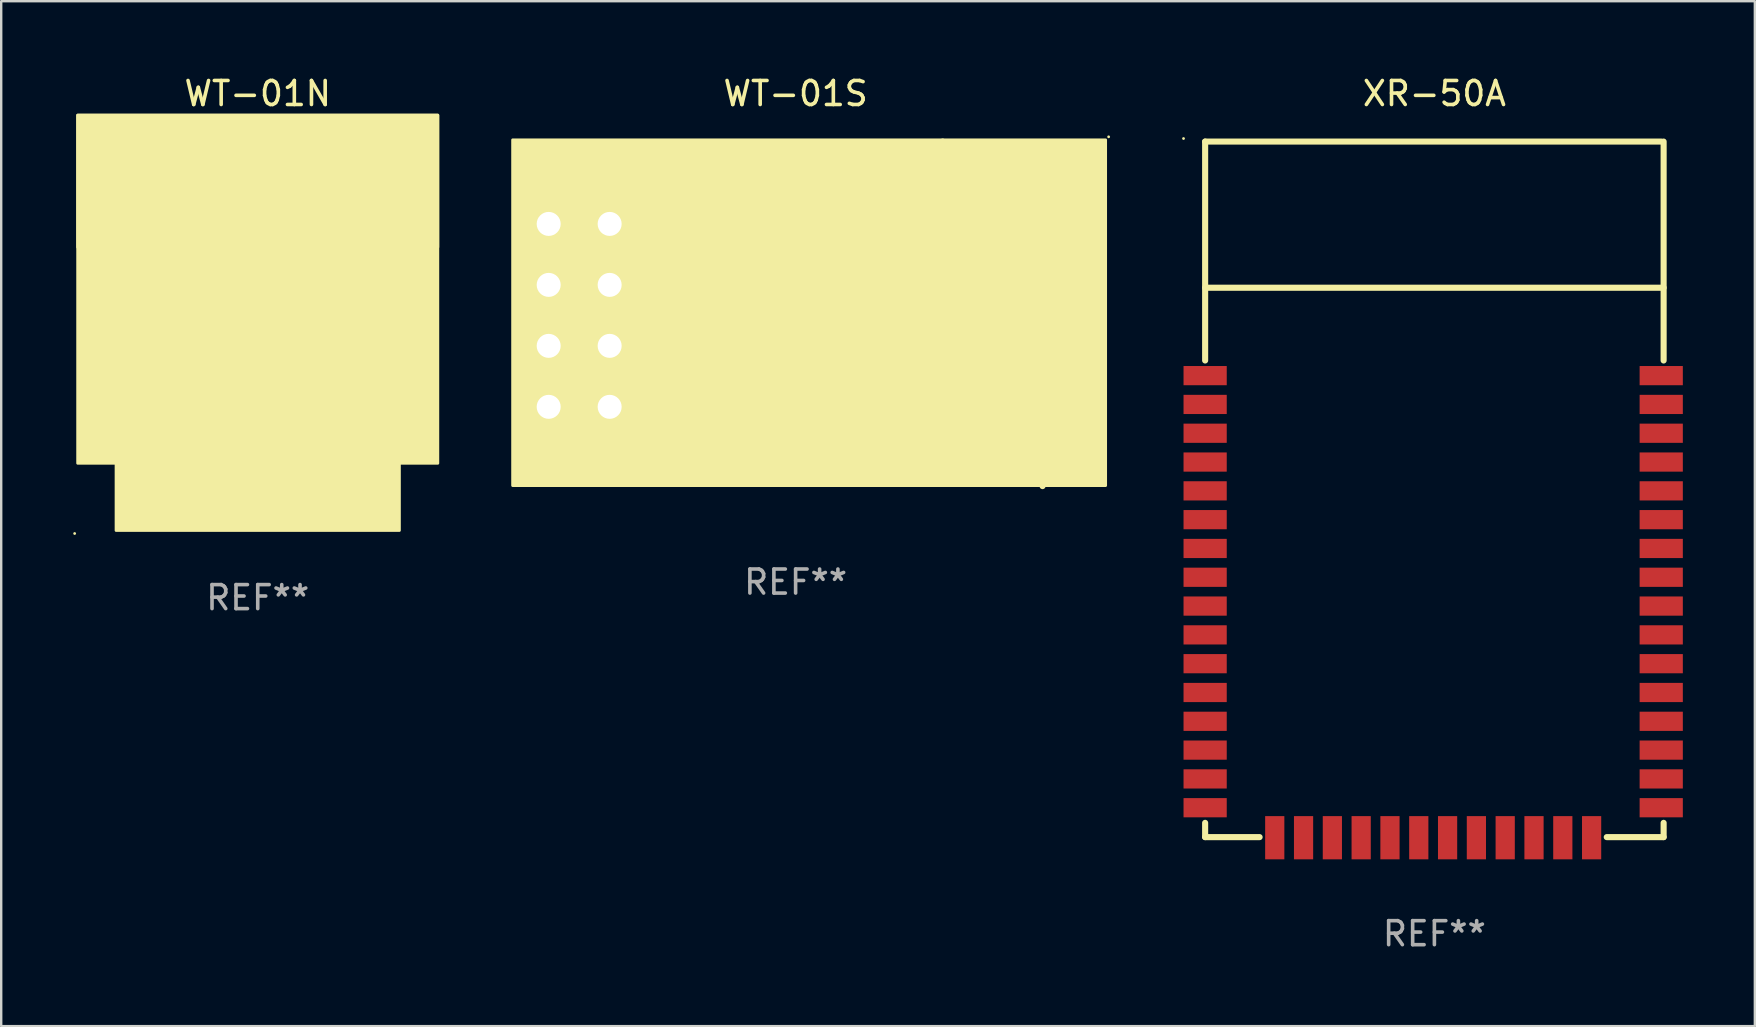
<source format=kicad_pcb>
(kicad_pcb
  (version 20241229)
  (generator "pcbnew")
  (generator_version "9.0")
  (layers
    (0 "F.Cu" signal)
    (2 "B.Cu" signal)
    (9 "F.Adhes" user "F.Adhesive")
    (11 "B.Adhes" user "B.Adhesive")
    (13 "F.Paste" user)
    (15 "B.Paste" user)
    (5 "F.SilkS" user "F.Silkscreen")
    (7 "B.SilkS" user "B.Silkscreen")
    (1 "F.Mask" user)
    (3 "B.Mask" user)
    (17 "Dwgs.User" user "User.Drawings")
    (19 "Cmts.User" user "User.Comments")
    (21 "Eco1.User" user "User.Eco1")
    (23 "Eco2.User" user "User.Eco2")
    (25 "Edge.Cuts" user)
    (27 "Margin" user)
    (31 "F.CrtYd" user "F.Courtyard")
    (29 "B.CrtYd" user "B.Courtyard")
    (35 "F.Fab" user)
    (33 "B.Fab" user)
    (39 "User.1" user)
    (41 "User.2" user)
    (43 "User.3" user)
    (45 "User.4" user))
  (footprint "WT-01S"
    (layer "F.Cu")
    (at 30.094 10.024)
    (property "Reference" "WT-01S" (at 0 -9.176 0) (layer "F.SilkS") (effects (font (size 1 1) (thickness 0.15))))
    (attr through_hole)
    (fp_line (start 6.127 -7.176) (end 6.127 7.049) (stroke (width 0.254) (type solid)) (layer "F.SilkS"))
    (fp_line (start 7.747 -5.524) (end 10.287 -5.524) (stroke (width 0.254) (type solid)) (layer "F.SilkS"))
    (fp_line (start 7.747 -2.984) (end 7.747 -0.444) (stroke (width 0.254) (type solid)) (layer "F.SilkS"))
    (fp_line (start 7.747 -0.444) (end 10.287 -0.444) (stroke (width 0.254) (type solid)) (layer "F.SilkS"))
    (fp_line (start 7.747 2.096) (end 7.747 4.636) (stroke (width 0.254) (type solid)) (layer "F.SilkS"))
    (fp_line (start 7.747 4.636) (end 10.287 4.636) (stroke (width 0.254) (type solid)) (layer "F.SilkS"))
    (fp_line (start 10.287 -5.524) (end 10.287 -2.984) (stroke (width 0.254) (type solid)) (layer "F.SilkS"))
    (fp_line (start 10.287 -2.984) (end 7.747 -2.984) (stroke (width 0.254) (type solid)) (layer "F.SilkS"))
    (fp_line (start 10.287 -0.444) (end 10.287 2.096) (stroke (width 0.254) (type solid)) (layer "F.SilkS"))
    (fp_line (start 10.287 2.096) (end 7.747 2.096) (stroke (width 0.254) (type solid)) (layer "F.SilkS"))
    (fp_line (start 10.287 4.636) (end 10.287 7.176) (stroke (width 0.254) (type solid)) (layer "F.SilkS"))
    (fp_circle (center -7.747 -5.397) (end -7.515 -5.397) (stroke (width 0.5) (type solid)) (fill no) (layer "F.SilkS"))
    (fp_circle (center 13.04 -7.374) (end 13.07 -7.374) (stroke (width 0.06) (type solid)) (fill no) (layer "F.SilkS"))
    (fp_poly (pts (xy -11.787 -7.247) (xy 12.913 -7.247) (xy 12.913 7.153) (xy -11.787 7.153)) (stroke (width 0.12) (type solid)) (fill yes) (layer "F.SilkS"))
    (fp_text user "WIFI" (at -2.286 0.699 0) (layer "B.Mask") (effects (font (size 1 1) (thickness 0.15))))
    (fp_text user "REF**" (at 0 11.176 0) (layer "F.Fab") (effects (font (size 1 1) (thickness 0.15))))
    (pad "1" thru_hole rect (at -7.747 -3.746 90) (size 1.8 1.8) (drill 1) (layers "*.Cu" "*.Mask"))
    (pad "2" thru_hole circle (at -7.747 -1.206) (size 1.8 1.8) (drill 1) (layers "*.Cu" "*.Mask"))
    (pad "3" thru_hole circle (at -7.747 1.334) (size 1.8 1.8) (drill 1) (layers "*.Cu" "*.Mask"))
    (pad "4" thru_hole circle (at -7.747 3.874) (size 1.8 1.8) (drill 1) (layers "*.Cu" "*.Mask"))
    (pad "5" thru_hole circle (at -10.287 -3.746) (size 1.8 1.8) (drill 1) (layers "*.Cu" "*.Mask"))
    (pad "6" thru_hole circle (at -10.287 -1.206) (size 1.8 1.8) (drill 1) (layers "*.Cu" "*.Mask"))
    (pad "7" thru_hole circle (at -10.287 1.334) (size 1.8 1.8) (drill 1) (layers "*.Cu" "*.Mask"))
    (pad "8" thru_hole circle (at -10.287 3.874) (size 1.8 1.8) (drill 1) (layers "*.Cu" "*.Mask")))
  (footprint "WT-01N"
    (layer "F.Cu")
    (at 7.687 10.348)
    (property "Reference" "WT-01N" (at 0 -9.5 0) (layer "F.SilkS") (effects (font (size 1 1) (thickness 0.15))))
    (attr through_hole)
    (fp_line (start -6 -7.5) (end -6 -5.5) (stroke (width 0.254) (type solid)) (layer "F.SilkS"))
    (fp_line (start -4 -7.5) (end -6 -7.5) (stroke (width 0.254) (type solid)) (layer "F.SilkS"))
    (fp_line (start -4 -5.5) (end -4 -7.5) (stroke (width 0.254) (type solid)) (layer "F.SilkS"))
    (fp_line (start -2 -7.5) (end -2 -5.5) (stroke (width 0.254) (type solid)) (layer "F.SilkS"))
    (fp_line (start -2 -5.5) (end -4 -5.5) (stroke (width 0.254) (type solid)) (layer "F.SilkS"))
    (fp_line (start 0 -7.5) (end -2 -7.5) (stroke (width 0.254) (type solid)) (layer "F.SilkS"))
    (fp_line (start 0 -5.5) (end 0 -7.5) (stroke (width 0.254) (type solid)) (layer "F.SilkS"))
    (fp_line (start 2 -7.5) (end 2 -5.5) (stroke (width 0.254) (type solid)) (layer "F.SilkS"))
    (fp_line (start 2 -5.5) (end 0 -5.5) (stroke (width 0.254) (type solid)) (layer "F.SilkS"))
    (fp_line (start 4 -7.5) (end 2 -7.5) (stroke (width 0.254) (type solid)) (layer "F.SilkS"))
    (fp_line (start 4 -7.5) (end 4 -4.5) (stroke (width 0.254) (type solid)) (layer "F.SilkS"))
    (fp_line (start 6 -7.5) (end 4 -7.5) (stroke (width 0.254) (type solid)) (layer "F.SilkS"))
    (fp_line (start 6 -4.5) (end 6 -7.5) (stroke (width 0.254) (type solid)) (layer "F.SilkS"))
    (fp_circle (center -7.627 8.827) (end -7.597 8.827) (stroke (width 0.06) (type solid)) (fill no) (layer "F.SilkS"))
    (fp_poly (pts (xy -7.5 -8.6) (xy 7.5 -8.6) (xy 7.5 -3.1) (xy -7.5 -3.1)) (stroke (width 0.12) (type solid)) (fill yes) (layer "F.SilkS"))
    (fp_poly (pts (xy -7.5 -8.6) (xy 7.5 -8.6) (xy 7.5 5.9) (xy -7.5 5.9)) (stroke (width 0.12) (type solid)) (fill yes) (layer "F.SilkS"))
    (fp_poly (pts (xy -5.9 5.9) (xy 5.9 5.9) (xy 5.9 8.7) (xy -5.9 8.7)) (stroke (width 0.12) (type solid)) (fill yes) (layer "F.SilkS"))
    (fp_text user "REF**" (at 0 11.5 0) (layer "F.Fab") (effects (font (size 1 1) (thickness 0.15))))
    (pad "1" smd rect (at -4 7.5) (size 1 2) (layers "F.Cu" "F.Mask" "F.Paste"))
    (pad "2" smd rect (at -2 7.5) (size 1 2) (layers "F.Cu" "F.Mask" "F.Paste"))
    (pad "3" smd rect (at -0.000025 7.5) (size 1 2) (layers "F.Cu" "F.Mask" "F.Paste"))
    (pad "4" smd rect (at 2 7.5) (size 1 2) (layers "F.Cu" "F.Mask" "F.Paste"))
    (pad "5" smd rect (at 4 7.5) (size 1 2) (layers "F.Cu" "F.Mask" "F.Paste")))
  (footprint "XR-50A"
    (layer "F.Cu")
    (at 56.704 17.348)
    (property "Reference" "XR-50A" (at 0 -16.5 0) (layer "F.SilkS") (effects (font (size 1 1) (thickness 0.15))))
    (attr through_hole)
    (fp_line (start -9.55 -14.5) (end -9.55 -5.381) (stroke (width 0.254) (type solid)) (layer "F.SilkS"))
    (fp_line (start -9.55 -8.411) (end 9.55 -8.411) (stroke (width 0.254) (type solid)) (layer "F.SilkS"))
    (fp_line (start -9.55 13.881) (end -9.55 14.475) (stroke (width 0.254) (type solid)) (layer "F.SilkS"))
    (fp_line (start -9.55 14.475) (end -7.281 14.475) (stroke (width 0.254) (type solid)) (layer "F.SilkS"))
    (fp_line (start 7.181 14.475) (end 9.55 14.475) (stroke (width 0.254) (type solid)) (layer "F.SilkS"))
    (fp_line (start 9.45 -14.5) (end -9.55 -14.5) (stroke (width 0.254) (type solid)) (layer "F.SilkS"))
    (fp_line (start 9.55 -5.381) (end 9.55 -14.5) (stroke (width 0.254) (type solid)) (layer "F.SilkS"))
    (fp_line (start 9.55 14.475) (end 9.55 13.881) (stroke (width 0.254) (type solid)) (layer "F.SilkS"))
    (fp_circle (center -10.45 -14.627) (end -10.42 -14.627) (stroke (width 0.06) (type solid)) (fill no) (layer "F.SilkS"))
    (fp_text user "REF**" (at 0 18.5 0) (layer "F.Fab") (effects (font (size 1 1) (thickness 0.15))))
    (pad "1" smd rect (at -9.55 -4.75) (size 1.8 0.8) (layers "F.Cu" "F.Mask" "F.Paste"))
    (pad "2" smd rect (at -9.55 -3.55) (size 1.8 0.8) (layers "F.Cu" "F.Mask" "F.Paste"))
    (pad "3" smd rect (at -9.55 -2.35) (size 1.8 0.8) (layers "F.Cu" "F.Mask" "F.Paste"))
    (pad "4" smd rect (at -9.55 -1.15) (size 1.8 0.8) (layers "F.Cu" "F.Mask" "F.Paste"))
    (pad "5" smd rect (at -9.55 0.05) (size 1.8 0.8) (layers "F.Cu" "F.Mask" "F.Paste"))
    (pad "6" smd rect (at -9.55 1.25) (size 1.8 0.8) (layers "F.Cu" "F.Mask" "F.Paste"))
    (pad "7" smd rect (at -9.55 2.45) (size 1.8 0.8) (layers "F.Cu" "F.Mask" "F.Paste"))
    (pad "8" smd rect (at -9.55 3.65) (size 1.8 0.8) (layers "F.Cu" "F.Mask" "F.Paste"))
    (pad "9" smd rect (at -9.55 4.85) (size 1.8 0.8) (layers "F.Cu" "F.Mask" "F.Paste"))
    (pad "10" smd rect (at -9.55 6.05) (size 1.8 0.8) (layers "F.Cu" "F.Mask" "F.Paste"))
    (pad "11" smd rect (at -9.55 7.25) (size 1.8 0.8) (layers "F.Cu" "F.Mask" "F.Paste"))
    (pad "12" smd rect (at -9.55 8.45) (size 1.8 0.8) (layers "F.Cu" "F.Mask" "F.Paste"))
    (pad "13" smd rect (at -9.55 9.65) (size 1.8 0.8) (layers "F.Cu" "F.Mask" "F.Paste"))
    (pad "14" smd rect (at -9.55 10.85) (size 1.8 0.8) (layers "F.Cu" "F.Mask" "F.Paste"))
    (pad "15" smd rect (at -9.55 12.05) (size 1.8 0.8) (layers "F.Cu" "F.Mask" "F.Paste"))
    (pad "16" smd rect (at -9.55 13.25) (size 1.8 0.8) (layers "F.Cu" "F.Mask" "F.Paste"))
    (pad "17" smd rect (at -6.65 14.5 90) (size 1.8 0.8) (layers "F.Cu" "F.Mask" "F.Paste"))
    (pad "18" smd rect (at -5.45 14.5 90) (size 1.8 0.8) (layers "F.Cu" "F.Mask" "F.Paste"))
    (pad "19" smd rect (at -4.25 14.5 90) (size 1.8 0.8) (layers "F.Cu" "F.Mask" "F.Paste"))
    (pad "20" smd rect (at -3.05 14.5 90) (size 1.8 0.8) (layers "F.Cu" "F.Mask" "F.Paste"))
    (pad "21" smd rect (at -1.85 14.5 90) (size 1.8 0.8) (layers "F.Cu" "F.Mask" "F.Paste"))
    (pad "22" smd rect (at -0.65 14.5 90) (size 1.8 0.8) (layers "F.Cu" "F.Mask" "F.Paste"))
    (pad "23" smd rect (at 0.55 14.5 90) (size 1.8 0.8) (layers "F.Cu" "F.Mask" "F.Paste"))
    (pad "24" smd rect (at 1.75 14.5 90) (size 1.8 0.8) (layers "F.Cu" "F.Mask" "F.Paste"))
    (pad "25" smd rect (at 2.95 14.5 90) (size 1.8 0.8) (layers "F.Cu" "F.Mask" "F.Paste"))
    (pad "26" smd rect (at 4.15 14.5 90) (size 1.8 0.8) (layers "F.Cu" "F.Mask" "F.Paste"))
    (pad "27" smd rect (at 5.35 14.5 90) (size 1.8 0.8) (layers "F.Cu" "F.Mask" "F.Paste"))
    (pad "28" smd rect (at 6.55 14.5 90) (size 1.8 0.8) (layers "F.Cu" "F.Mask" "F.Paste"))
    (pad "29" smd rect (at 9.45 13.25 180) (size 1.8 0.8) (layers "F.Cu" "F.Mask" "F.Paste"))
    (pad "30" smd rect (at 9.45 12.05 180) (size 1.8 0.8) (layers "F.Cu" "F.Mask" "F.Paste"))
    (pad "31" smd rect (at 9.45 10.85 180) (size 1.8 0.8) (layers "F.Cu" "F.Mask" "F.Paste"))
    (pad "32" smd rect (at 9.45 9.65 180) (size 1.8 0.8) (layers "F.Cu" "F.Mask" "F.Paste"))
    (pad "33" smd rect (at 9.45 8.45 180) (size 1.8 0.8) (layers "F.Cu" "F.Mask" "F.Paste"))
    (pad "34" smd rect (at 9.45 7.25 180) (size 1.8 0.8) (layers "F.Cu" "F.Mask" "F.Paste"))
    (pad "35" smd rect (at 9.45 6.05 180) (size 1.8 0.8) (layers "F.Cu" "F.Mask" "F.Paste"))
    (pad "36" smd rect (at 9.45 4.85 180) (size 1.8 0.8) (layers "F.Cu" "F.Mask" "F.Paste"))
    (pad "37" smd rect (at 9.45 3.65 180) (size 1.8 0.8) (layers "F.Cu" "F.Mask" "F.Paste"))
    (pad "38" smd rect (at 9.45 2.45 180) (size 1.8 0.8) (layers "F.Cu" "F.Mask" "F.Paste"))
    (pad "39" smd rect (at 9.45 1.25 180) (size 1.8 0.8) (layers "F.Cu" "F.Mask" "F.Paste"))
    (pad "40" smd rect (at 9.45 0.05 180) (size 1.8 0.8) (layers "F.Cu" "F.Mask" "F.Paste"))
    (pad "41" smd rect (at 9.45 -1.15 180) (size 1.8 0.8) (layers "F.Cu" "F.Mask" "F.Paste"))
    (pad "42" smd rect (at 9.45 -2.35 180) (size 1.8 0.8) (layers "F.Cu" "F.Mask" "F.Paste"))
    (pad "43" smd rect (at 9.45 -3.55 180) (size 1.8 0.8) (layers "F.Cu" "F.Mask" "F.Paste"))
    (pad "44" smd rect (at 9.45 -4.75 180) (size 1.8 0.8) (layers "F.Cu" "F.Mask" "F.Paste")))
  (gr_rect
    (start -3 -3)
    (end 70.054 39.696)
    (stroke (width 0.1) (type default))
    (fill no)
    (layer "Edge.Cuts")))
</source>
